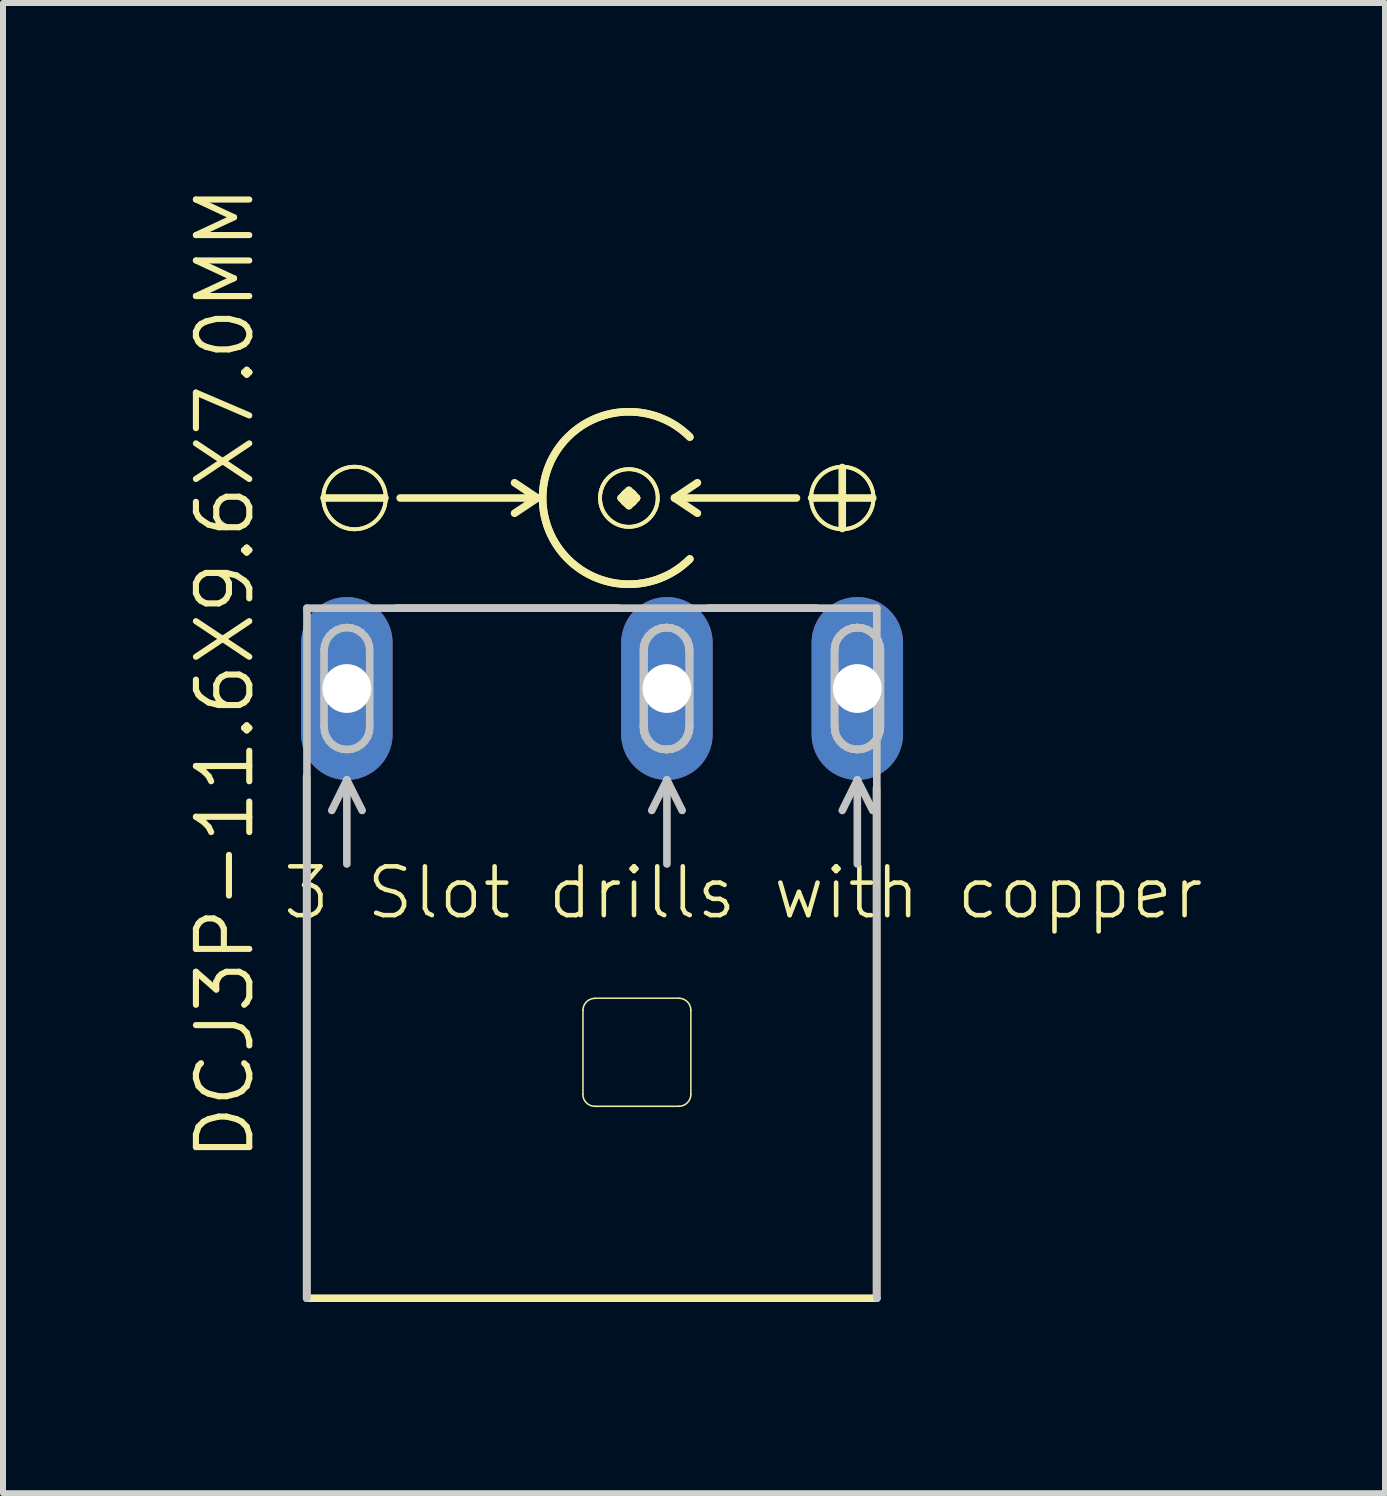
<source format=kicad_pcb>
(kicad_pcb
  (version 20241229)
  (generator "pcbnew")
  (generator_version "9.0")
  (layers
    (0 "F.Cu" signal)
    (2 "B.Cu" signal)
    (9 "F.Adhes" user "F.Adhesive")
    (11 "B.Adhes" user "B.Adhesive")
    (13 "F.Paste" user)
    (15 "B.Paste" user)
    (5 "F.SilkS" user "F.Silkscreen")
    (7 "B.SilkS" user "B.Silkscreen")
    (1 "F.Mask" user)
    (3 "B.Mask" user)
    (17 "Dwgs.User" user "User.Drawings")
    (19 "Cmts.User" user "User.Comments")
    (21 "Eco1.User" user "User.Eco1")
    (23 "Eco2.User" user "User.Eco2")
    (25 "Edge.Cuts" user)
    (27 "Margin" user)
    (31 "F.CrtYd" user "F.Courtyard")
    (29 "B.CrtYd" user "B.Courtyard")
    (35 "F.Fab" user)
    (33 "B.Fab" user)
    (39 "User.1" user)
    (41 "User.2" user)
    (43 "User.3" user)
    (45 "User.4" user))
  (footprint "DCJ3P-11.6X9.6X7.0MM"
    (layer "F.Cu")
    (at 6.858 18.584)
    (property "Reference" "DCJ3P-11.6X9.6X7.0MM" (at -6.16 -10.414 90) (layer "F.SilkS") (effects (font (size 0.889 0.889) (thickness 0.102))))
    (attr exclude_from_pos_files exclude_from_bom)
    (fp_line (start -4.798 0) (end -4.798 -8.7) (stroke (width 0.127) (type solid)) (layer "F.SilkS"))
    (fp_line (start -4.793 -11.499) (end 4.704 -11.499) (stroke (width 0.066) (type solid)) (layer "F.SilkS"))
    (fp_line (start -4.793 0) (end -4.793 -11.499) (stroke (width 0.066) (type solid)) (layer "F.SilkS"))
    (fp_line (start -4.793 0) (end 4.704 0) (stroke (width 0.066) (type solid)) (layer "F.SilkS"))
    (fp_line (start -3.493 -13.335) (end -4.508 -13.335) (stroke (width 0.127) (type solid)) (layer "F.SilkS"))
    (fp_line (start -3.299 -11.499) (end 0.399 -11.499) (stroke (width 0.127) (type solid)) (layer "F.SilkS"))
    (fp_line (start -0.953 -13.335) (end -3.239 -13.335) (stroke (width 0.127) (type solid)) (layer "F.SilkS"))
    (fp_line (start -0.953 -13.335) (end -1.333 -13.589) (stroke (width 0.127) (type solid)) (layer "F.SilkS"))
    (fp_line (start -0.953 -13.335) (end -1.333 -13.081) (stroke (width 0.127) (type solid)) (layer "F.SilkS"))
    (fp_line (start -0.193 -3.399) (end -0.193 -4.798) (stroke (width 0.025) (type solid)) (layer "F.SilkS"))
    (fp_line (start 0.005 -4.999) (end 1.405 -4.999) (stroke (width 0.025) (type solid)) (layer "F.SilkS"))
    (fp_line (start 0.445 -13.335) (end 0.572 -13.208) (stroke (width 0.127) (type solid)) (layer "F.SilkS"))
    (fp_line (start 0.572 -13.462) (end 0.445 -13.335) (stroke (width 0.127) (type solid)) (layer "F.SilkS"))
    (fp_line (start 0.572 -13.208) (end 0.699 -13.335) (stroke (width 0.127) (type solid)) (layer "F.SilkS"))
    (fp_line (start 0.699 -13.335) (end 0.445 -13.335) (stroke (width 0.127) (type solid)) (layer "F.SilkS"))
    (fp_line (start 0.699 -13.335) (end 0.572 -13.462) (stroke (width 0.127) (type solid)) (layer "F.SilkS"))
    (fp_line (start 1.333 -13.335) (end 1.714 -13.589) (stroke (width 0.127) (type solid)) (layer "F.SilkS"))
    (fp_line (start 1.333 -13.335) (end 1.714 -13.081) (stroke (width 0.127) (type solid)) (layer "F.SilkS"))
    (fp_line (start 1.333 -13.335) (end 3.365 -13.335) (stroke (width 0.127) (type solid)) (layer "F.SilkS"))
    (fp_line (start 1.405 -3.198) (end 0.005 -3.198) (stroke (width 0.025) (type solid)) (layer "F.SilkS"))
    (fp_line (start 1.605 -4.798) (end 1.605 -3.399) (stroke (width 0.025) (type solid)) (layer "F.SilkS"))
    (fp_line (start 1.9 -11.499) (end 3.698 -11.499) (stroke (width 0.127) (type solid)) (layer "F.SilkS"))
    (fp_line (start 4.128 -12.827) (end 4.128 -13.843) (stroke (width 0.127) (type solid)) (layer "F.SilkS"))
    (fp_line (start 4.636 -13.335) (end 3.617 -13.335) (stroke (width 0.127) (type solid)) (layer "F.SilkS"))
    (fp_line (start 4.699 -8.499) (end 4.699 0) (stroke (width 0.127) (type solid)) (layer "F.SilkS"))
    (fp_line (start 4.699 0) (end -4.793 0) (stroke (width 0.127) (type solid)) (layer "F.SilkS"))
    (fp_line (start 4.704 0) (end 4.699 0) (stroke (width 0.127) (type solid)) (layer "F.SilkS"))
    (fp_line (start 4.704 0) (end 4.704 -11.499) (stroke (width 0.066) (type solid)) (layer "F.SilkS"))
    (fp_arc (start -0.19304 -4.79806) (mid -0.135012 -4.938152) (end 0.00508 -4.99618) (stroke (width 0.0254) (type solid)) (layer "F.SilkS"))
    (fp_arc (start 0.00508 -3.19786) (mid -0.136808 -3.256632) (end -0.19558 -3.39852) (stroke (width 0.0254) (type solid)) (layer "F.SilkS"))
    (fp_arc (start 1.40462 -4.99872) (mid 1.546508 -4.939948) (end 1.60528 -4.79806) (stroke (width 0.0254) (type solid)) (layer "F.SilkS"))
    (fp_arc (start 1.5875 -12.319) (mid -0.865341 -13.335) (end 1.5875 -14.351) (stroke (width 0.127) (type solid)) (layer "F.SilkS"))
    (fp_arc (start 1.5875 -12.319) (mid -0.865341 -13.335) (end 1.5875 -14.351) (stroke (width 0.127) (type solid)) (layer "F.SilkS"))
    (fp_arc (start 1.60528 -3.39852) (mid 1.546508 -3.256632) (end 1.40462 -3.19786) (stroke (width 0.0254) (type solid)) (layer "F.SilkS"))
    (fp_circle (center -4 -13.335) (end -4.369 -13.703) (stroke (width 0.064) (type solid)) (fill no) (layer "F.SilkS"))
    (fp_circle (center -4 -13.335) (end -4.369 -13.703) (stroke (width 0.064) (type solid)) (fill no) (layer "F.SilkS"))
    (fp_circle (center 0.572 -13.335) (end 0.66 -13.424) (stroke (width 0.064) (type solid)) (fill no) (layer "F.SilkS"))
    (fp_circle (center 0.572 -13.335) (end 0.66 -13.424) (stroke (width 0.064) (type solid)) (fill no) (layer "F.SilkS"))
    (fp_circle (center 0.572 -13.335) (end 0.912 -13.675) (stroke (width 0.064) (type solid)) (fill no) (layer "F.SilkS"))
    (fp_circle (center 0.572 -13.335) (end 0.912 -13.675) (stroke (width 0.064) (type solid)) (fill no) (layer "F.SilkS"))
    (fp_circle (center 4.128 -13.335) (end 4.496 -13.703) (stroke (width 0.064) (type solid)) (fill no) (layer "F.SilkS"))
    (fp_circle (center 4.128 -13.335) (end 4.496 -13.703) (stroke (width 0.064) (type solid)) (fill no) (layer "F.SilkS"))
    (fp_line (start -4.793 -11.499) (end 4.704 -11.499) (stroke (width 0.127) (type solid)) (layer "Dwgs.User"))
    (fp_line (start -4.793 0) (end -4.793 -11.499) (stroke (width 0.127) (type solid)) (layer "Dwgs.User"))
    (fp_line (start -4.508 -10.795) (end -4.498 -10.879) (stroke (width 0.127) (type solid)) (layer "Dwgs.User"))
    (fp_line (start -4.508 -9.525) (end -4.508 -10.795) (stroke (width 0.127) (type solid)) (layer "Dwgs.User"))
    (fp_line (start -4.498 -10.879) (end -4.47 -10.96) (stroke (width 0.127) (type solid)) (layer "Dwgs.User"))
    (fp_line (start -4.498 -9.439) (end -4.508 -9.525) (stroke (width 0.127) (type solid)) (layer "Dwgs.User"))
    (fp_line (start -4.47 -10.96) (end -4.425 -11.031) (stroke (width 0.127) (type solid)) (layer "Dwgs.User"))
    (fp_line (start -4.47 -9.357) (end -4.498 -9.439) (stroke (width 0.127) (type solid)) (layer "Dwgs.User"))
    (fp_line (start -4.425 -11.031) (end -4.364 -11.092) (stroke (width 0.127) (type solid)) (layer "Dwgs.User"))
    (fp_line (start -4.425 -9.286) (end -4.47 -9.357) (stroke (width 0.127) (type solid)) (layer "Dwgs.User"))
    (fp_line (start -4.379 -8.128) (end -4.128 -8.636) (stroke (width 0.127) (type solid)) (layer "Dwgs.User"))
    (fp_line (start -4.364 -11.092) (end -4.293 -11.138) (stroke (width 0.127) (type solid)) (layer "Dwgs.User"))
    (fp_line (start -4.364 -9.225) (end -4.425 -9.286) (stroke (width 0.127) (type solid)) (layer "Dwgs.User"))
    (fp_line (start -4.293 -11.138) (end -4.211 -11.166) (stroke (width 0.127) (type solid)) (layer "Dwgs.User"))
    (fp_line (start -4.293 -9.18) (end -4.364 -9.225) (stroke (width 0.127) (type solid)) (layer "Dwgs.User"))
    (fp_line (start -4.211 -11.166) (end -4.128 -11.176) (stroke (width 0.127) (type solid)) (layer "Dwgs.User"))
    (fp_line (start -4.211 -9.152) (end -4.293 -9.18) (stroke (width 0.127) (type solid)) (layer "Dwgs.User"))
    (fp_line (start -4.128 -11.176) (end -4.041 -11.166) (stroke (width 0.127) (type solid)) (layer "Dwgs.User"))
    (fp_line (start -4.128 -9.144) (end -4.211 -9.152) (stroke (width 0.127) (type solid)) (layer "Dwgs.User"))
    (fp_line (start -4.128 -8.636) (end -3.873 -8.128) (stroke (width 0.127) (type solid)) (layer "Dwgs.User"))
    (fp_line (start -4.128 -7.236) (end -4.128 -8.636) (stroke (width 0.127) (type solid)) (layer "Dwgs.User"))
    (fp_line (start -4.041 -11.166) (end -3.96 -11.138) (stroke (width 0.127) (type solid)) (layer "Dwgs.User"))
    (fp_line (start -4.041 -9.152) (end -4.128 -9.144) (stroke (width 0.127) (type solid)) (layer "Dwgs.User"))
    (fp_line (start -3.96 -11.138) (end -3.889 -11.092) (stroke (width 0.127) (type solid)) (layer "Dwgs.User"))
    (fp_line (start -3.96 -9.18) (end -4.041 -9.152) (stroke (width 0.127) (type solid)) (layer "Dwgs.User"))
    (fp_line (start -3.889 -11.092) (end -3.828 -11.031) (stroke (width 0.127) (type solid)) (layer "Dwgs.User"))
    (fp_line (start -3.889 -9.225) (end -3.96 -9.18) (stroke (width 0.127) (type solid)) (layer "Dwgs.User"))
    (fp_line (start -3.828 -11.031) (end -3.782 -10.96) (stroke (width 0.127) (type solid)) (layer "Dwgs.User"))
    (fp_line (start -3.828 -9.286) (end -3.889 -9.225) (stroke (width 0.127) (type solid)) (layer "Dwgs.User"))
    (fp_line (start -3.782 -10.96) (end -3.754 -10.879) (stroke (width 0.127) (type solid)) (layer "Dwgs.User"))
    (fp_line (start -3.782 -9.357) (end -3.828 -9.286) (stroke (width 0.127) (type solid)) (layer "Dwgs.User"))
    (fp_line (start -3.754 -10.879) (end -3.747 -10.795) (stroke (width 0.127) (type solid)) (layer "Dwgs.User"))
    (fp_line (start -3.754 -9.439) (end -3.782 -9.357) (stroke (width 0.127) (type solid)) (layer "Dwgs.User"))
    (fp_line (start -3.747 -10.795) (end -3.747 -9.525) (stroke (width 0.127) (type solid)) (layer "Dwgs.User"))
    (fp_line (start -3.747 -9.525) (end -3.754 -9.439) (stroke (width 0.127) (type solid)) (layer "Dwgs.User"))
    (fp_line (start 0.813 -10.795) (end 0.82 -10.879) (stroke (width 0.127) (type solid)) (layer "Dwgs.User"))
    (fp_line (start 0.813 -9.525) (end 0.813 -10.795) (stroke (width 0.127) (type solid)) (layer "Dwgs.User"))
    (fp_line (start 0.82 -10.879) (end 0.848 -10.96) (stroke (width 0.127) (type solid)) (layer "Dwgs.User"))
    (fp_line (start 0.82 -9.439) (end 0.813 -9.525) (stroke (width 0.127) (type solid)) (layer "Dwgs.User"))
    (fp_line (start 0.826 -10.795) (end 0.833 -10.879) (stroke (width 0.127) (type solid)) (layer "Dwgs.User"))
    (fp_line (start 0.826 -9.525) (end 0.826 -10.795) (stroke (width 0.127) (type solid)) (layer "Dwgs.User"))
    (fp_line (start 0.833 -10.879) (end 0.861 -10.96) (stroke (width 0.127) (type solid)) (layer "Dwgs.User"))
    (fp_line (start 0.833 -9.439) (end 0.826 -9.525) (stroke (width 0.127) (type solid)) (layer "Dwgs.User"))
    (fp_line (start 0.848 -10.96) (end 0.894 -11.031) (stroke (width 0.127) (type solid)) (layer "Dwgs.User"))
    (fp_line (start 0.848 -9.357) (end 0.82 -9.439) (stroke (width 0.127) (type solid)) (layer "Dwgs.User"))
    (fp_line (start 0.861 -10.96) (end 0.907 -11.031) (stroke (width 0.127) (type solid)) (layer "Dwgs.User"))
    (fp_line (start 0.861 -9.357) (end 0.833 -9.439) (stroke (width 0.127) (type solid)) (layer "Dwgs.User"))
    (fp_line (start 0.894 -11.031) (end 0.955 -11.092) (stroke (width 0.127) (type solid)) (layer "Dwgs.User"))
    (fp_line (start 0.894 -9.286) (end 0.848 -9.357) (stroke (width 0.127) (type solid)) (layer "Dwgs.User"))
    (fp_line (start 0.907 -11.031) (end 0.968 -11.092) (stroke (width 0.127) (type solid)) (layer "Dwgs.User"))
    (fp_line (start 0.907 -9.286) (end 0.861 -9.357) (stroke (width 0.127) (type solid)) (layer "Dwgs.User"))
    (fp_line (start 0.953 -8.128) (end 1.206 -8.636) (stroke (width 0.127) (type solid)) (layer "Dwgs.User"))
    (fp_line (start 0.955 -11.092) (end 1.026 -11.138) (stroke (width 0.127) (type solid)) (layer "Dwgs.User"))
    (fp_line (start 0.955 -9.225) (end 0.894 -9.286) (stroke (width 0.127) (type solid)) (layer "Dwgs.User"))
    (fp_line (start 0.968 -11.092) (end 1.039 -11.138) (stroke (width 0.127) (type solid)) (layer "Dwgs.User"))
    (fp_line (start 0.968 -9.225) (end 0.907 -9.286) (stroke (width 0.127) (type solid)) (layer "Dwgs.User"))
    (fp_line (start 1.026 -11.138) (end 1.107 -11.166) (stroke (width 0.127) (type solid)) (layer "Dwgs.User"))
    (fp_line (start 1.026 -9.18) (end 0.955 -9.225) (stroke (width 0.127) (type solid)) (layer "Dwgs.User"))
    (fp_line (start 1.039 -11.138) (end 1.12 -11.166) (stroke (width 0.127) (type solid)) (layer "Dwgs.User"))
    (fp_line (start 1.039 -9.18) (end 0.968 -9.225) (stroke (width 0.127) (type solid)) (layer "Dwgs.User"))
    (fp_line (start 1.107 -11.166) (end 1.194 -11.176) (stroke (width 0.127) (type solid)) (layer "Dwgs.User"))
    (fp_line (start 1.107 -9.152) (end 1.026 -9.18) (stroke (width 0.127) (type solid)) (layer "Dwgs.User"))
    (fp_line (start 1.12 -11.166) (end 1.206 -11.176) (stroke (width 0.127) (type solid)) (layer "Dwgs.User"))
    (fp_line (start 1.12 -9.152) (end 1.039 -9.18) (stroke (width 0.127) (type solid)) (layer "Dwgs.User"))
    (fp_line (start 1.194 -11.176) (end 1.278 -11.166) (stroke (width 0.127) (type solid)) (layer "Dwgs.User"))
    (fp_line (start 1.194 -9.144) (end 1.107 -9.152) (stroke (width 0.127) (type solid)) (layer "Dwgs.User"))
    (fp_line (start 1.206 -11.176) (end 1.29 -11.166) (stroke (width 0.127) (type solid)) (layer "Dwgs.User"))
    (fp_line (start 1.206 -9.144) (end 1.12 -9.152) (stroke (width 0.127) (type solid)) (layer "Dwgs.User"))
    (fp_line (start 1.206 -8.636) (end 1.46 -8.128) (stroke (width 0.127) (type solid)) (layer "Dwgs.User"))
    (fp_line (start 1.206 -7.236) (end 1.206 -8.636) (stroke (width 0.127) (type solid)) (layer "Dwgs.User"))
    (fp_line (start 1.278 -11.166) (end 1.359 -11.138) (stroke (width 0.127) (type solid)) (layer "Dwgs.User"))
    (fp_line (start 1.278 -9.152) (end 1.194 -9.144) (stroke (width 0.127) (type solid)) (layer "Dwgs.User"))
    (fp_line (start 1.29 -11.166) (end 1.372 -11.138) (stroke (width 0.127) (type solid)) (layer "Dwgs.User"))
    (fp_line (start 1.29 -9.152) (end 1.206 -9.144) (stroke (width 0.127) (type solid)) (layer "Dwgs.User"))
    (fp_line (start 1.359 -11.138) (end 1.43 -11.092) (stroke (width 0.127) (type solid)) (layer "Dwgs.User"))
    (fp_line (start 1.359 -9.18) (end 1.278 -9.152) (stroke (width 0.127) (type solid)) (layer "Dwgs.User"))
    (fp_line (start 1.372 -11.138) (end 1.443 -11.092) (stroke (width 0.127) (type solid)) (layer "Dwgs.User"))
    (fp_line (start 1.372 -9.18) (end 1.29 -9.152) (stroke (width 0.127) (type solid)) (layer "Dwgs.User"))
    (fp_line (start 1.43 -11.092) (end 1.491 -11.031) (stroke (width 0.127) (type solid)) (layer "Dwgs.User"))
    (fp_line (start 1.43 -9.225) (end 1.359 -9.18) (stroke (width 0.127) (type solid)) (layer "Dwgs.User"))
    (fp_line (start 1.443 -11.092) (end 1.504 -11.031) (stroke (width 0.127) (type solid)) (layer "Dwgs.User"))
    (fp_line (start 1.443 -9.225) (end 1.372 -9.18) (stroke (width 0.127) (type solid)) (layer "Dwgs.User"))
    (fp_line (start 1.491 -11.031) (end 1.537 -10.96) (stroke (width 0.127) (type solid)) (layer "Dwgs.User"))
    (fp_line (start 1.491 -9.286) (end 1.43 -9.225) (stroke (width 0.127) (type solid)) (layer "Dwgs.User"))
    (fp_line (start 1.504 -11.031) (end 1.549 -10.96) (stroke (width 0.127) (type solid)) (layer "Dwgs.User"))
    (fp_line (start 1.504 -9.286) (end 1.443 -9.225) (stroke (width 0.127) (type solid)) (layer "Dwgs.User"))
    (fp_line (start 1.537 -10.96) (end 1.565 -10.879) (stroke (width 0.127) (type solid)) (layer "Dwgs.User"))
    (fp_line (start 1.537 -9.357) (end 1.491 -9.286) (stroke (width 0.127) (type solid)) (layer "Dwgs.User"))
    (fp_line (start 1.549 -10.96) (end 1.577 -10.879) (stroke (width 0.127) (type solid)) (layer "Dwgs.User"))
    (fp_line (start 1.549 -9.357) (end 1.504 -9.286) (stroke (width 0.127) (type solid)) (layer "Dwgs.User"))
    (fp_line (start 1.565 -10.879) (end 1.575 -10.795) (stroke (width 0.127) (type solid)) (layer "Dwgs.User"))
    (fp_line (start 1.565 -9.439) (end 1.537 -9.357) (stroke (width 0.127) (type solid)) (layer "Dwgs.User"))
    (fp_line (start 1.575 -10.795) (end 1.575 -9.525) (stroke (width 0.127) (type solid)) (layer "Dwgs.User"))
    (fp_line (start 1.575 -9.525) (end 1.565 -9.439) (stroke (width 0.127) (type solid)) (layer "Dwgs.User"))
    (fp_line (start 1.577 -10.879) (end 1.587 -10.795) (stroke (width 0.127) (type solid)) (layer "Dwgs.User"))
    (fp_line (start 1.577 -9.439) (end 1.549 -9.357) (stroke (width 0.127) (type solid)) (layer "Dwgs.User"))
    (fp_line (start 1.587 -10.795) (end 1.587 -9.525) (stroke (width 0.127) (type solid)) (layer "Dwgs.User"))
    (fp_line (start 1.587 -9.525) (end 1.577 -9.439) (stroke (width 0.127) (type solid)) (layer "Dwgs.User"))
    (fp_line (start 4 -10.795) (end 4.008 -10.879) (stroke (width 0.127) (type solid)) (layer "Dwgs.User"))
    (fp_line (start 4 -10.795) (end 4.008 -10.879) (stroke (width 0.127) (type solid)) (layer "Dwgs.User"))
    (fp_line (start 4 -9.525) (end 4 -10.795) (stroke (width 0.127) (type solid)) (layer "Dwgs.User"))
    (fp_line (start 4 -9.525) (end 4 -10.795) (stroke (width 0.127) (type solid)) (layer "Dwgs.User"))
    (fp_line (start 4.008 -10.879) (end 4.036 -10.96) (stroke (width 0.127) (type solid)) (layer "Dwgs.User"))
    (fp_line (start 4.008 -10.879) (end 4.036 -10.96) (stroke (width 0.127) (type solid)) (layer "Dwgs.User"))
    (fp_line (start 4.008 -9.439) (end 4 -9.525) (stroke (width 0.127) (type solid)) (layer "Dwgs.User"))
    (fp_line (start 4.008 -9.439) (end 4 -9.525) (stroke (width 0.127) (type solid)) (layer "Dwgs.User"))
    (fp_line (start 4.036 -10.96) (end 4.082 -11.031) (stroke (width 0.127) (type solid)) (layer "Dwgs.User"))
    (fp_line (start 4.036 -10.96) (end 4.082 -11.031) (stroke (width 0.127) (type solid)) (layer "Dwgs.User"))
    (fp_line (start 4.036 -9.357) (end 4.008 -9.439) (stroke (width 0.127) (type solid)) (layer "Dwgs.User"))
    (fp_line (start 4.036 -9.357) (end 4.008 -9.439) (stroke (width 0.127) (type solid)) (layer "Dwgs.User"))
    (fp_line (start 4.082 -11.031) (end 4.143 -11.092) (stroke (width 0.127) (type solid)) (layer "Dwgs.User"))
    (fp_line (start 4.082 -11.031) (end 4.143 -11.092) (stroke (width 0.127) (type solid)) (layer "Dwgs.User"))
    (fp_line (start 4.082 -9.286) (end 4.036 -9.357) (stroke (width 0.127) (type solid)) (layer "Dwgs.User"))
    (fp_line (start 4.082 -9.286) (end 4.036 -9.357) (stroke (width 0.127) (type solid)) (layer "Dwgs.User"))
    (fp_line (start 4.128 -8.128) (end 4.379 -8.636) (stroke (width 0.127) (type solid)) (layer "Dwgs.User"))
    (fp_line (start 4.143 -11.092) (end 4.214 -11.138) (stroke (width 0.127) (type solid)) (layer "Dwgs.User"))
    (fp_line (start 4.143 -11.092) (end 4.214 -11.138) (stroke (width 0.127) (type solid)) (layer "Dwgs.User"))
    (fp_line (start 4.143 -9.225) (end 4.082 -9.286) (stroke (width 0.127) (type solid)) (layer "Dwgs.User"))
    (fp_line (start 4.143 -9.225) (end 4.082 -9.286) (stroke (width 0.127) (type solid)) (layer "Dwgs.User"))
    (fp_line (start 4.214 -11.138) (end 4.295 -11.166) (stroke (width 0.127) (type solid)) (layer "Dwgs.User"))
    (fp_line (start 4.214 -11.138) (end 4.295 -11.166) (stroke (width 0.127) (type solid)) (layer "Dwgs.User"))
    (fp_line (start 4.214 -9.18) (end 4.143 -9.225) (stroke (width 0.127) (type solid)) (layer "Dwgs.User"))
    (fp_line (start 4.214 -9.18) (end 4.143 -9.225) (stroke (width 0.127) (type solid)) (layer "Dwgs.User"))
    (fp_line (start 4.295 -11.166) (end 4.379 -11.176) (stroke (width 0.127) (type solid)) (layer "Dwgs.User"))
    (fp_line (start 4.295 -11.166) (end 4.379 -11.176) (stroke (width 0.127) (type solid)) (layer "Dwgs.User"))
    (fp_line (start 4.295 -9.152) (end 4.214 -9.18) (stroke (width 0.127) (type solid)) (layer "Dwgs.User"))
    (fp_line (start 4.295 -9.152) (end 4.214 -9.18) (stroke (width 0.127) (type solid)) (layer "Dwgs.User"))
    (fp_line (start 4.379 -11.176) (end 4.465 -11.166) (stroke (width 0.127) (type solid)) (layer "Dwgs.User"))
    (fp_line (start 4.379 -11.176) (end 4.465 -11.166) (stroke (width 0.127) (type solid)) (layer "Dwgs.User"))
    (fp_line (start 4.379 -9.144) (end 4.295 -9.152) (stroke (width 0.127) (type solid)) (layer "Dwgs.User"))
    (fp_line (start 4.379 -9.144) (end 4.295 -9.152) (stroke (width 0.127) (type solid)) (layer "Dwgs.User"))
    (fp_line (start 4.379 -8.636) (end 4.636 -8.128) (stroke (width 0.127) (type solid)) (layer "Dwgs.User"))
    (fp_line (start 4.379 -7.236) (end 4.379 -8.636) (stroke (width 0.127) (type solid)) (layer "Dwgs.User"))
    (fp_line (start 4.465 -11.166) (end 4.547 -11.138) (stroke (width 0.127) (type solid)) (layer "Dwgs.User"))
    (fp_line (start 4.465 -11.166) (end 4.547 -11.138) (stroke (width 0.127) (type solid)) (layer "Dwgs.User"))
    (fp_line (start 4.465 -9.152) (end 4.379 -9.144) (stroke (width 0.127) (type solid)) (layer "Dwgs.User"))
    (fp_line (start 4.465 -9.152) (end 4.379 -9.144) (stroke (width 0.127) (type solid)) (layer "Dwgs.User"))
    (fp_line (start 4.547 -11.138) (end 4.618 -11.092) (stroke (width 0.127) (type solid)) (layer "Dwgs.User"))
    (fp_line (start 4.547 -11.138) (end 4.618 -11.092) (stroke (width 0.127) (type solid)) (layer "Dwgs.User"))
    (fp_line (start 4.547 -9.18) (end 4.465 -9.152) (stroke (width 0.127) (type solid)) (layer "Dwgs.User"))
    (fp_line (start 4.547 -9.18) (end 4.465 -9.152) (stroke (width 0.127) (type solid)) (layer "Dwgs.User"))
    (fp_line (start 4.618 -11.092) (end 4.679 -11.031) (stroke (width 0.127) (type solid)) (layer "Dwgs.User"))
    (fp_line (start 4.618 -11.092) (end 4.679 -11.031) (stroke (width 0.127) (type solid)) (layer "Dwgs.User"))
    (fp_line (start 4.618 -9.225) (end 4.547 -9.18) (stroke (width 0.127) (type solid)) (layer "Dwgs.User"))
    (fp_line (start 4.618 -9.225) (end 4.547 -9.18) (stroke (width 0.127) (type solid)) (layer "Dwgs.User"))
    (fp_line (start 4.679 -11.031) (end 4.724 -10.96) (stroke (width 0.127) (type solid)) (layer "Dwgs.User"))
    (fp_line (start 4.679 -11.031) (end 4.724 -10.96) (stroke (width 0.127) (type solid)) (layer "Dwgs.User"))
    (fp_line (start 4.679 -9.286) (end 4.618 -9.225) (stroke (width 0.127) (type solid)) (layer "Dwgs.User"))
    (fp_line (start 4.679 -9.286) (end 4.618 -9.225) (stroke (width 0.127) (type solid)) (layer "Dwgs.User"))
    (fp_line (start 4.704 -11.499) (end 4.704 0) (stroke (width 0.127) (type solid)) (layer "Dwgs.User"))
    (fp_line (start 4.724 -10.96) (end 4.752 -10.879) (stroke (width 0.127) (type solid)) (layer "Dwgs.User"))
    (fp_line (start 4.724 -10.96) (end 4.752 -10.879) (stroke (width 0.127) (type solid)) (layer "Dwgs.User"))
    (fp_line (start 4.724 -9.357) (end 4.679 -9.286) (stroke (width 0.127) (type solid)) (layer "Dwgs.User"))
    (fp_line (start 4.724 -9.357) (end 4.679 -9.286) (stroke (width 0.127) (type solid)) (layer "Dwgs.User"))
    (fp_line (start 4.752 -10.879) (end 4.763 -10.795) (stroke (width 0.127) (type solid)) (layer "Dwgs.User"))
    (fp_line (start 4.752 -10.879) (end 4.763 -10.795) (stroke (width 0.127) (type solid)) (layer "Dwgs.User"))
    (fp_line (start 4.752 -9.439) (end 4.724 -9.357) (stroke (width 0.127) (type solid)) (layer "Dwgs.User"))
    (fp_line (start 4.752 -9.439) (end 4.724 -9.357) (stroke (width 0.127) (type solid)) (layer "Dwgs.User"))
    (fp_line (start 4.763 -10.795) (end 4.763 -9.525) (stroke (width 0.127) (type solid)) (layer "Dwgs.User"))
    (fp_line (start 4.763 -10.795) (end 4.763 -9.525) (stroke (width 0.127) (type solid)) (layer "Dwgs.User"))
    (fp_line (start 4.763 -9.525) (end 4.752 -9.439) (stroke (width 0.127) (type solid)) (layer "Dwgs.User"))
    (fp_line (start 4.763 -9.525) (end 4.752 -9.439) (stroke (width 0.127) (type solid)) (layer "Dwgs.User"))
    (fp_text user "3 Slot drills with copper" (at 2.477 -6.756 0) (layer "F.SilkS") (effects (font (size 0.813 0.813) (thickness 0.076))))
    (pad "+" thru_hole oval (at 4.379 -10.16 180) (size 1.524 3.048) (drill 0.813) (layers "*.Cu" "*.Paste" "*.Mask"))
    (pad "-" thru_hole oval (at -4.128 -10.16 180) (size 1.524 3.048) (drill 0.813) (layers "*.Cu" "*.Paste" "*.Mask"))
    (pad "CDN" thru_hole oval (at 1.206 -10.16 180) (size 1.524 3.048) (drill 0.813) (layers "*.Cu" "*.Paste" "*.Mask")))
  (gr_rect
    (start -3 -3)
    (end 20.031 21.834)
    (stroke (width 0.1) (type default))
    (fill no)
    (layer "Edge.Cuts")))
</source>
